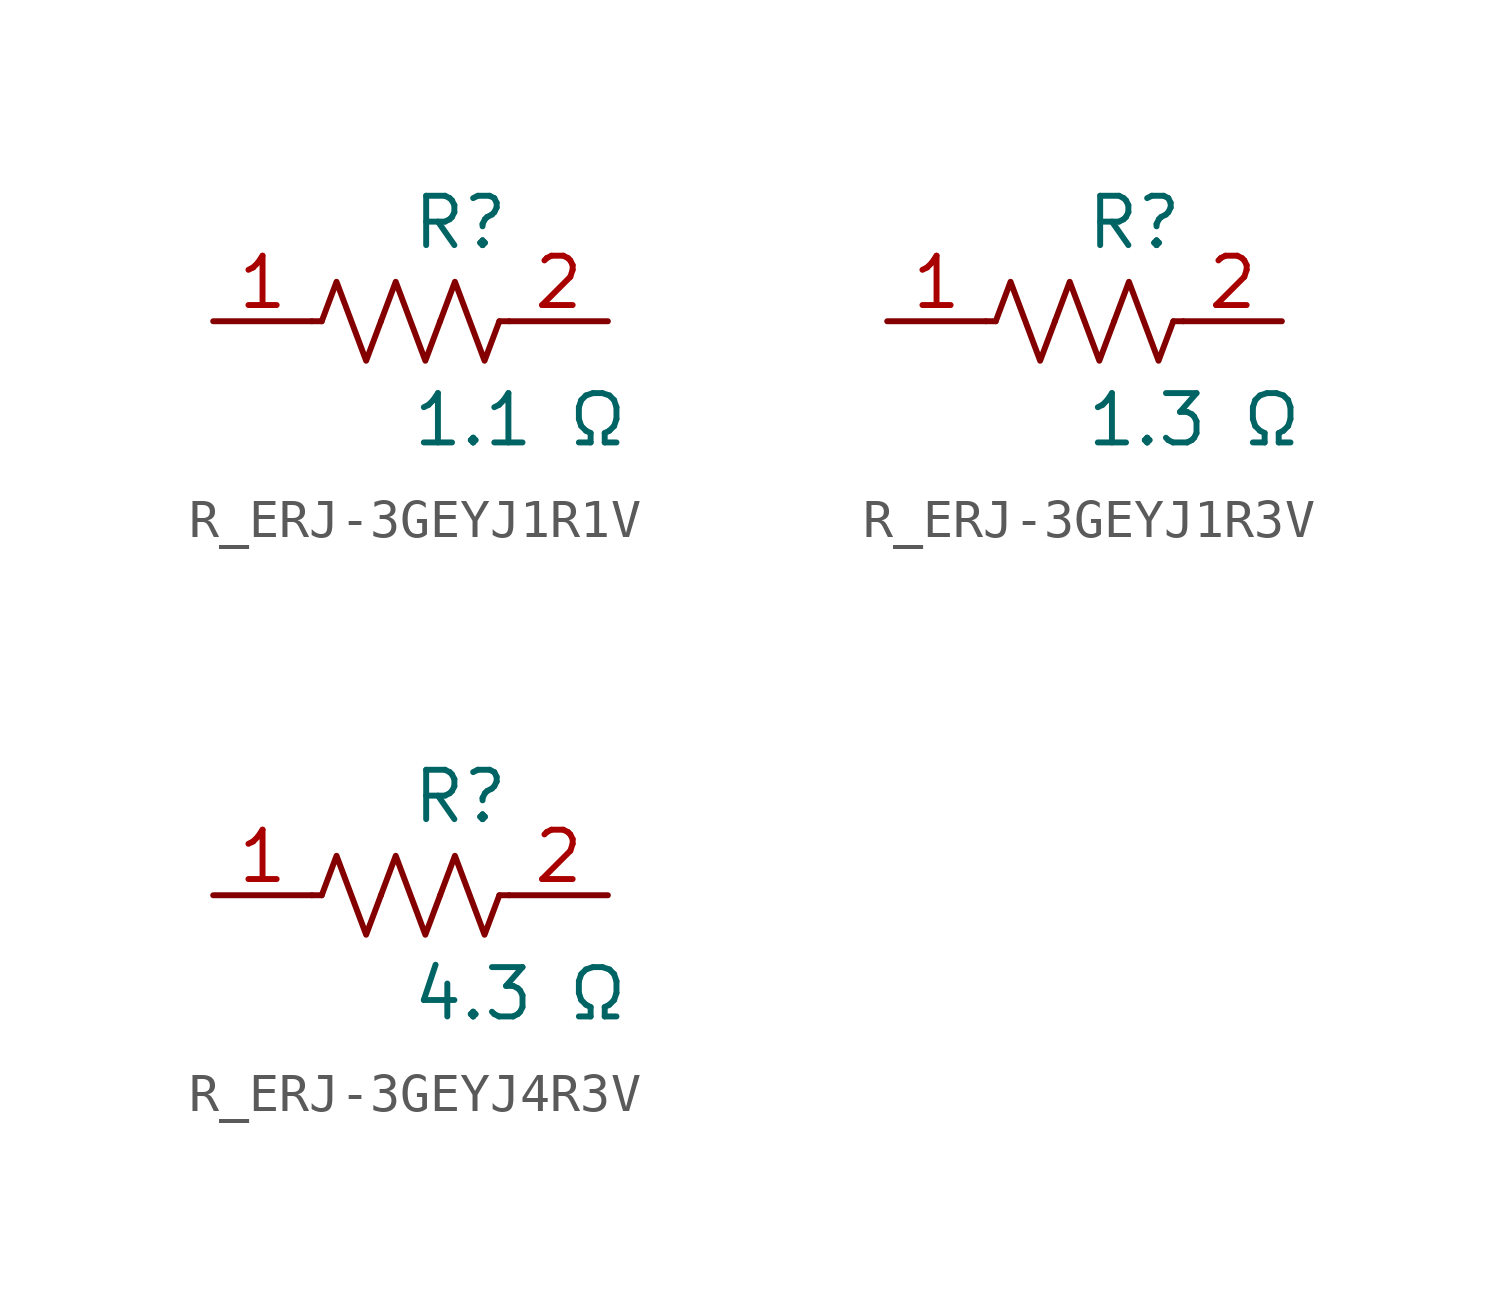
<source format=kicad_sym>
(kicad_symbol_lib
  (version 20231120)
  (generator kicad_symbol_editor)
  (generator_version 8.0)
  (symbol "R_ERJ-3GEYJ1R1V"
    (pin_names
      (offset 0.254))
    (property "Reference" "R"
      (at 0.0 2.54 0)
      (effects (font (size 1.27 1.27)) (justify left)))
    (property "Value" "1.1 Ω"
      (at 0.0 -2.54 0)
      (effects (font (size 1.27 1.27)) (justify left)))
    (symbol "R_ERJ-3GEYJ1R1V_0_1"
      (polyline (pts (xy 2.286 0) (xy 2.54 0)) (stroke (width 0) (type default)) (fill (type none)))
      (polyline (pts (xy -2.286 0) (xy -2.54 0)) (stroke (width 0) (type default)) (fill (type none)))
      (polyline (pts (xy 0.762 0) (xy 1.143 1.016) (xy 1.524 0) (xy 1.905 -1.016) (xy 2.286 0)) (stroke (width 0) (type default)) (fill (type none)))
      (polyline (pts (xy -0.762 0) (xy -0.381 1.016) (xy 0 0) (xy 0.381 -1.016) (xy 0.762 0)) (stroke (width 0) (type default)) (fill (type none)))
      (polyline (pts (xy -2.286 0) (xy -1.905 1.016) (xy -1.524 0) (xy -1.143 -1.016) (xy -0.762 0)) (stroke (width 0) (type default)) (fill (type none))))
    (pin unspecified line
      (at -5.08 0 0)
      (length 2.54)
      (name "" (effects (font (size 1.27 1.27))))
      (number "1" (effects (font (size 1.27 1.27)))))
    (pin unspecified line
      (at 5.08 0 180)
      (length 2.54)
      (name "" (effects (font (size 1.27 1.27))))
      (number "2" (effects (font (size 1.27 1.27))))))
  (symbol "R_ERJ-3GEYJ1R3V"
    (pin_names
      (offset 0.254))
    (property "Reference" "R"
      (at 0.0 2.54 0)
      (effects (font (size 1.27 1.27)) (justify left)))
    (property "Value" "1.3 Ω"
      (at 0.0 -2.54 0)
      (effects (font (size 1.27 1.27)) (justify left)))
    (symbol "R_ERJ-3GEYJ1R3V_0_1"
      (polyline (pts (xy 2.286 0) (xy 2.54 0)) (stroke (width 0) (type default)) (fill (type none)))
      (polyline (pts (xy -2.286 0) (xy -2.54 0)) (stroke (width 0) (type default)) (fill (type none)))
      (polyline (pts (xy 0.762 0) (xy 1.143 1.016) (xy 1.524 0) (xy 1.905 -1.016) (xy 2.286 0)) (stroke (width 0) (type default)) (fill (type none)))
      (polyline (pts (xy -0.762 0) (xy -0.381 1.016) (xy 0 0) (xy 0.381 -1.016) (xy 0.762 0)) (stroke (width 0) (type default)) (fill (type none)))
      (polyline (pts (xy -2.286 0) (xy -1.905 1.016) (xy -1.524 0) (xy -1.143 -1.016) (xy -0.762 0)) (stroke (width 0) (type default)) (fill (type none))))
    (pin unspecified line
      (at -5.08 0 0)
      (length 2.54)
      (name "" (effects (font (size 1.27 1.27))))
      (number "1" (effects (font (size 1.27 1.27)))))
    (pin unspecified line
      (at 5.08 0 180)
      (length 2.54)
      (name "" (effects (font (size 1.27 1.27))))
      (number "2" (effects (font (size 1.27 1.27))))))
  (symbol "R_ERJ-3GEYJ4R3V"
    (pin_names
      (offset 0.254))
    (property "Reference" "R"
      (at 0.0 2.54 0)
      (effects (font (size 1.27 1.27)) (justify left)))
    (property "Value" "4.3 Ω"
      (at 0.0 -2.54 0)
      (effects (font (size 1.27 1.27)) (justify left)))
    (symbol "R_ERJ-3GEYJ4R3V_0_1"
      (polyline (pts (xy 2.286 0) (xy 2.54 0)) (stroke (width 0) (type default)) (fill (type none)))
      (polyline (pts (xy -2.286 0) (xy -2.54 0)) (stroke (width 0) (type default)) (fill (type none)))
      (polyline (pts (xy 0.762 0) (xy 1.143 1.016) (xy 1.524 0) (xy 1.905 -1.016) (xy 2.286 0)) (stroke (width 0) (type default)) (fill (type none)))
      (polyline (pts (xy -0.762 0) (xy -0.381 1.016) (xy 0 0) (xy 0.381 -1.016) (xy 0.762 0)) (stroke (width 0) (type default)) (fill (type none)))
      (polyline (pts (xy -2.286 0) (xy -1.905 1.016) (xy -1.524 0) (xy -1.143 -1.016) (xy -0.762 0)) (stroke (width 0) (type default)) (fill (type none))))
    (pin unspecified line
      (at -5.08 0 0)
      (length 2.54)
      (name "" (effects (font (size 1.27 1.27))))
      (number "1" (effects (font (size 1.27 1.27)))))
    (pin unspecified line
      (at 5.08 0 180)
      (length 2.54)
      (name "" (effects (font (size 1.27 1.27))))
      (number "2" (effects (font (size 1.27 1.27)))))))
</source>
